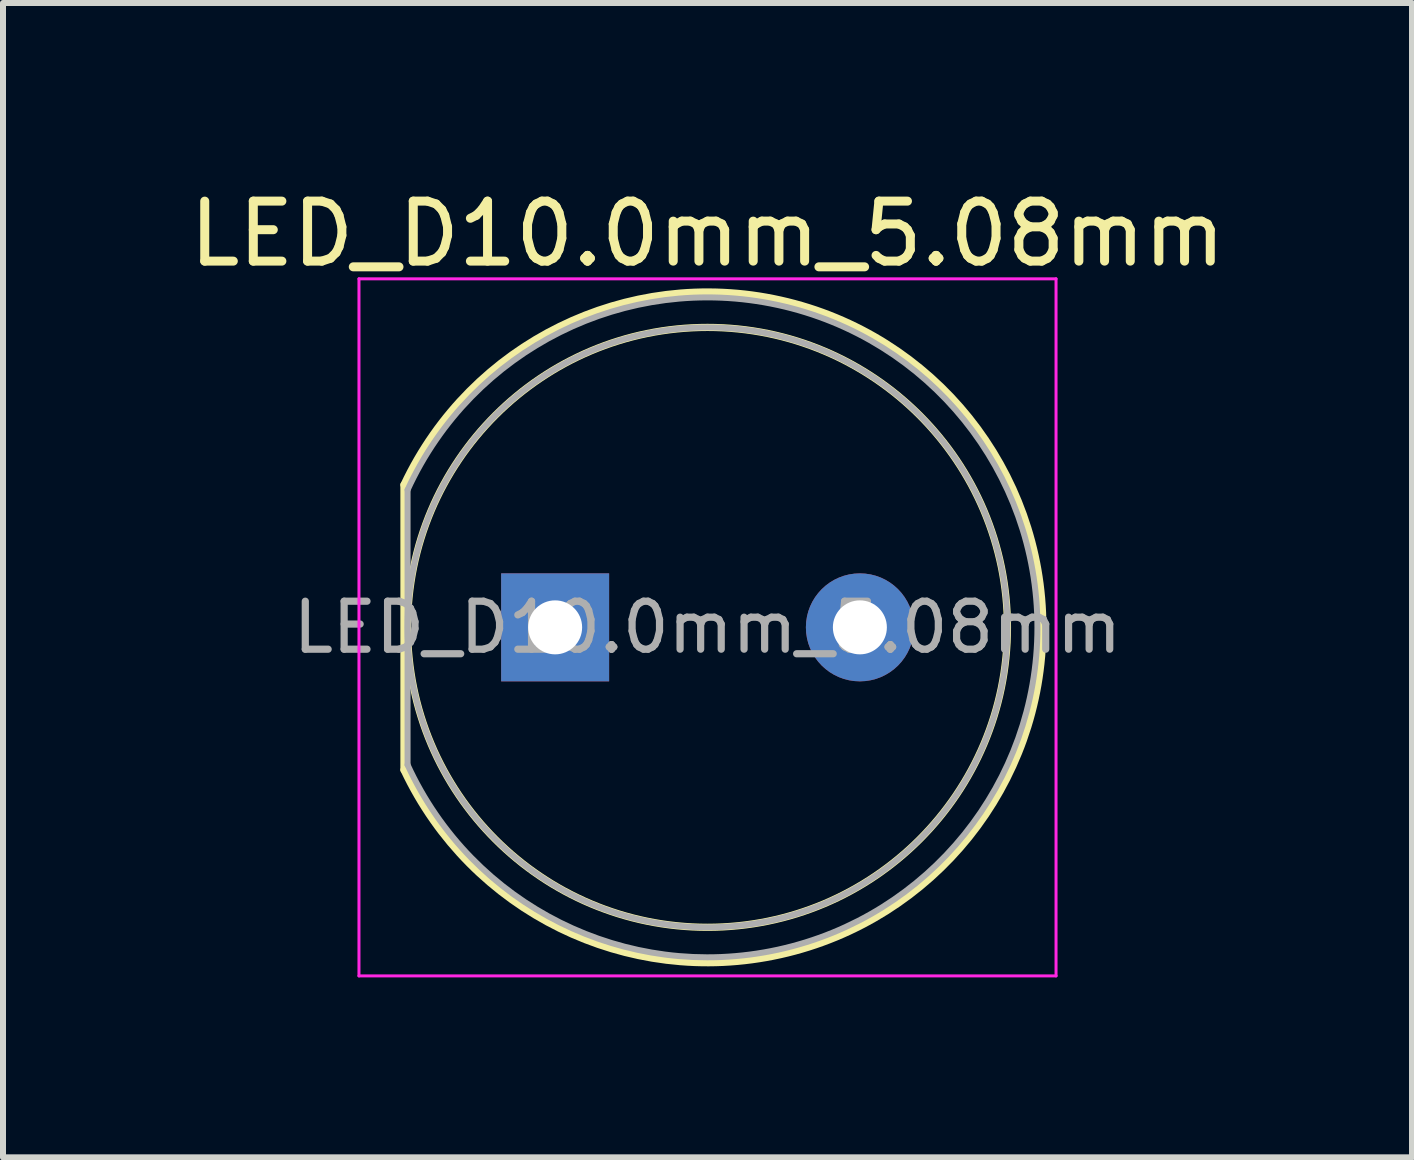
<source format=kicad_pcb>
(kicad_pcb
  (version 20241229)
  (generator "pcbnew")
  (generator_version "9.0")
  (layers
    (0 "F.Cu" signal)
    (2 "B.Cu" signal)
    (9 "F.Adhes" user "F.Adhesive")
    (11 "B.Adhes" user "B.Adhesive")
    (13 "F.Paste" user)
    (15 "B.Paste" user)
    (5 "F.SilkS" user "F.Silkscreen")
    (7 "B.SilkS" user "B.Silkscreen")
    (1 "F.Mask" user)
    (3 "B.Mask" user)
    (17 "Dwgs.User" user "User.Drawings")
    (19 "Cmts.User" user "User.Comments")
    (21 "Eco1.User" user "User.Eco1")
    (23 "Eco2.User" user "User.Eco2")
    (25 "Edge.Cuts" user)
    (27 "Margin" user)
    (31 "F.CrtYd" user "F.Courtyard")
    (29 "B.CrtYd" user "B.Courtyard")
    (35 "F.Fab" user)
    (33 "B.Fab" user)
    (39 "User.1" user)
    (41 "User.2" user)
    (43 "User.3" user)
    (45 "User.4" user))
  (footprint "LED_D10.0mm_5.08mm"
    (layer "F.Cu")
    (at 7.474 7.408)
    (property "Reference" "LED_D10.0mm_5.08mm" (at 1.27 -6.56 0) (layer "F.SilkS") (effects (font (size 1 1) (thickness 0.15))))
    (attr through_hole)
    (fp_line (start -3.79 -2.376) (end -3.79 2.376) (stroke (width 0.12) (type solid)) (layer "F.SilkS"))
    (fp_arc (start -3.79 -2.375816) (mid 2.487072 -5.455899) (end 6.86 -0.000072) (stroke (width 0.12) (type solid)) (layer "F.SilkS"))
    (fp_arc (start 6.86 0.000072) (mid 2.487072 5.455899) (end -3.79 2.375816) (stroke (width 0.12) (type solid)) (layer "F.SilkS"))
    (fp_circle (center 1.27 0) (end 6.27 0) (stroke (width 0.12) (type solid)) (fill no) (layer "F.SilkS"))
    (fp_line (start -4.54 -5.81) (end -4.54 5.81) (stroke (width 0.05) (type solid)) (layer "F.CrtYd"))
    (fp_line (start -4.54 5.81) (end 7.08 5.81) (stroke (width 0.05) (type solid)) (layer "F.CrtYd"))
    (fp_line (start 7.08 -5.81) (end -4.54 -5.81) (stroke (width 0.05) (type solid)) (layer "F.CrtYd"))
    (fp_line (start 7.08 5.81) (end 7.08 -5.81) (stroke (width 0.05) (type solid)) (layer "F.CrtYd"))
    (fp_line (start -3.73 -2.291) (end -3.73 2.291) (stroke (width 0.1) (type solid)) (layer "F.Fab"))
    (fp_arc (start -3.73 -2.291288) (mid 6.77 -0.00007) (end -3.729942 2.291415) (stroke (width 0.1) (type solid)) (layer "F.Fab"))
    (fp_circle (center 1.27 0) (end 6.27 0) (stroke (width 0.1) (type solid)) (fill no) (layer "F.Fab"))
    (fp_text user "${REFERENCE}" (at 1.27 0 0) (layer "F.Fab") (effects (font (size 0.8 0.8) (thickness 0.12))))
    (pad "1" thru_hole rect (at -1.27 0) (size 1.8 1.8) (drill 0.9) (layers "*.Cu" "*.Mask"))
    (pad "2" thru_hole circle (at 3.81 0) (size 1.8 1.8) (drill 0.9) (layers "*.Cu" "*.Mask")))
  (gr_rect
    (start -3 -3)
    (end 20.488 16.243)
    (stroke (width 0.1) (type default))
    (fill no)
    (layer "Edge.Cuts")))
</source>
